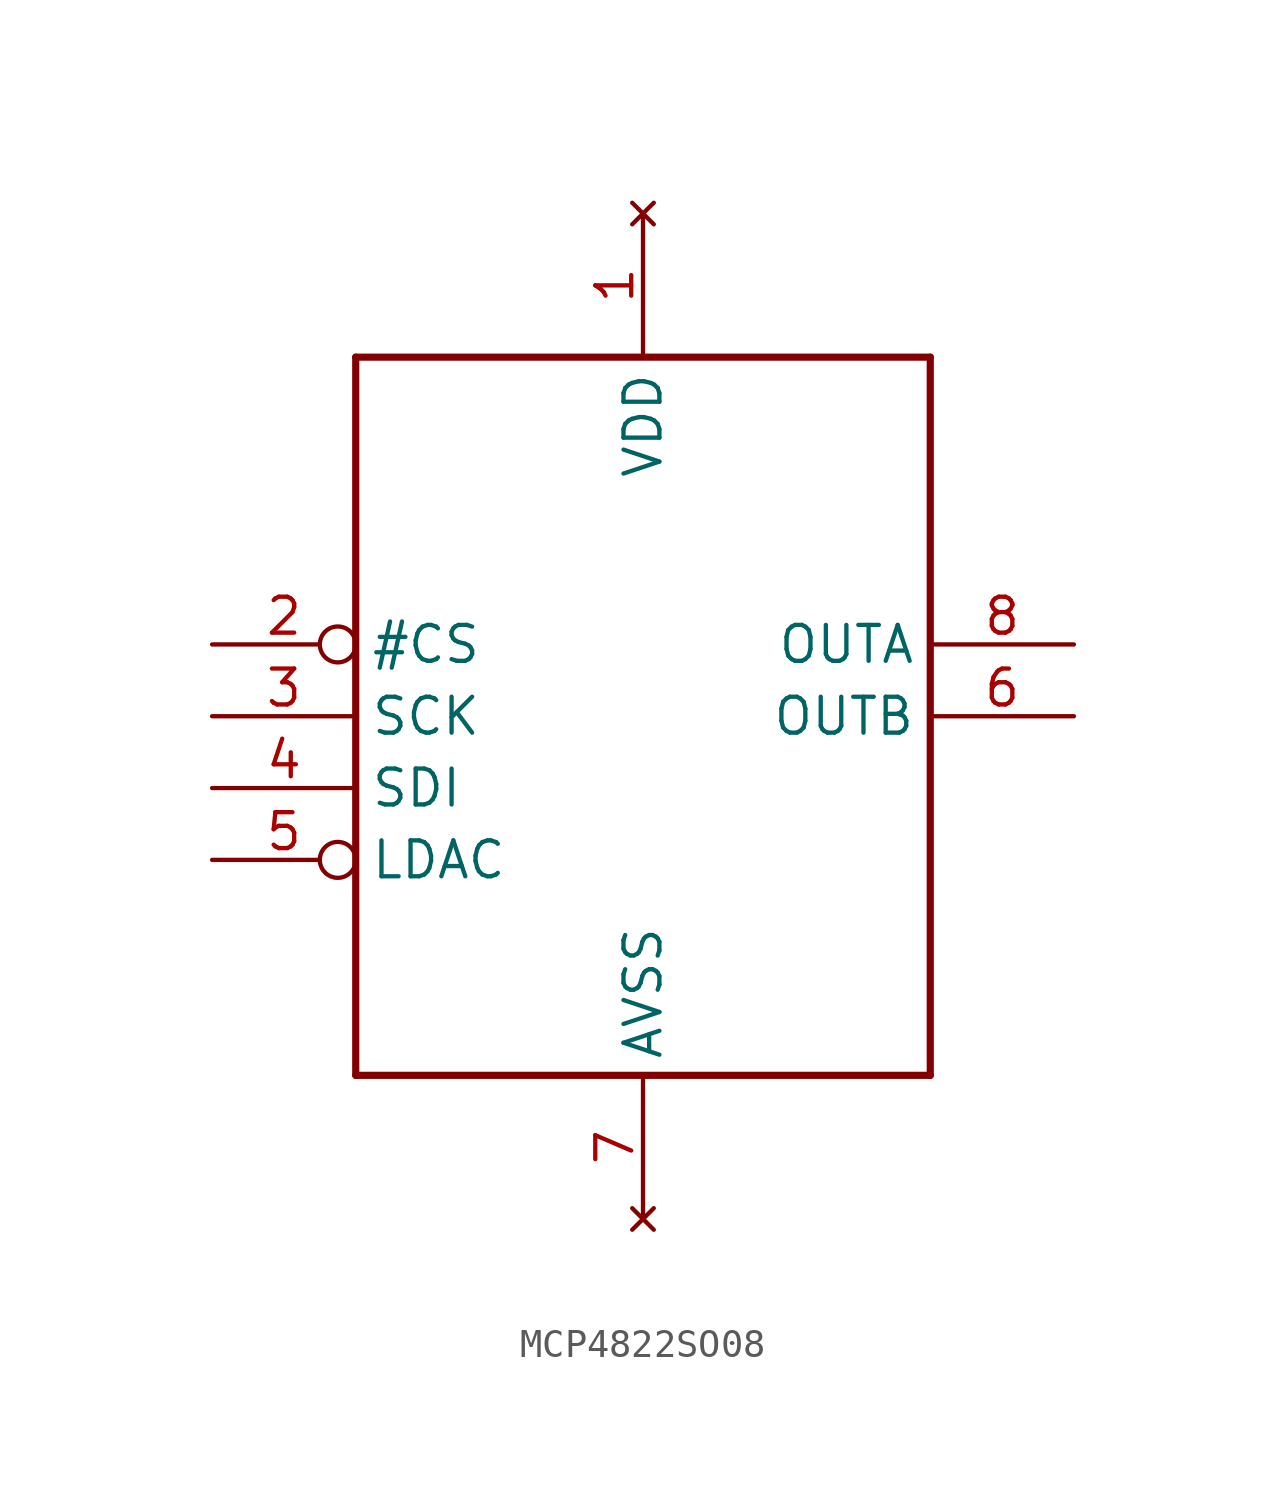
<source format=kicad_sym>
(kicad_symbol_lib
  (version 20231120)
  (generator "kicad_symbol_editor")
  (generator_version "8.0")
  (symbol "MCP4822SO08"
    (property "Reference" "IC"
      (at 0 0 0)
      (effects (font (size 1.27 1.27)) (hide yes)))
    (property "ki_locked" ""
      (at 0 0 0)
      (effects (font (size 1.27 1.27))))
    (symbol "MCP4822SO08_1_0"
      (polyline (pts (xy -10.16 -12.7) (xy -10.16 12.7)) (stroke (width 0.254) (type solid)) (fill (type none)))
      (polyline (pts (xy -10.16 12.7) (xy 10.16 12.7)) (stroke (width 0.254) (type solid)) (fill (type none)))
      (polyline (pts (xy 10.16 -12.7) (xy -10.16 -12.7)) (stroke (width 0.254) (type solid)) (fill (type none)))
      (polyline (pts (xy 10.16 12.7) (xy 10.16 -12.7)) (stroke (width 0.254) (type solid)) (fill (type none)))
      (pin no_connect line (at 0 17.78 270) (length 5.08) (name "VDD" (effects (font (size 1.27 1.27)))) (number "1" (effects (font (size 1.27 1.27)))))
      (pin input inverted (at -15.24 2.54 0) (length 5.08) (name "#CS" (effects (font (size 1.27 1.27)))) (number "2" (effects (font (size 1.27 1.27)))))
      (pin input line (at -15.24 0 0) (length 5.08) (name "SCK" (effects (font (size 1.27 1.27)))) (number "3" (effects (font (size 1.27 1.27)))))
      (pin input line (at -15.24 -2.54 0) (length 5.08) (name "SDI" (effects (font (size 1.27 1.27)))) (number "4" (effects (font (size 1.27 1.27)))))
      (pin input inverted (at -15.24 -5.08 0) (length 5.08) (name "LDAC" (effects (font (size 1.27 1.27)))) (number "5" (effects (font (size 1.27 1.27)))))
      (pin output line (at 15.24 0 180) (length 5.08) (name "OUTB" (effects (font (size 1.27 1.27)))) (number "6" (effects (font (size 1.27 1.27)))))
      (pin no_connect line (at 0 -17.78 90) (length 5.08) (name "AVSS" (effects (font (size 1.27 1.27)))) (number "7" (effects (font (size 1.27 1.27)))))
      (pin output line (at 15.24 2.54 180) (length 5.08) (name "OUTA" (effects (font (size 1.27 1.27)))) (number "8" (effects (font (size 1.27 1.27))))))))
</source>
